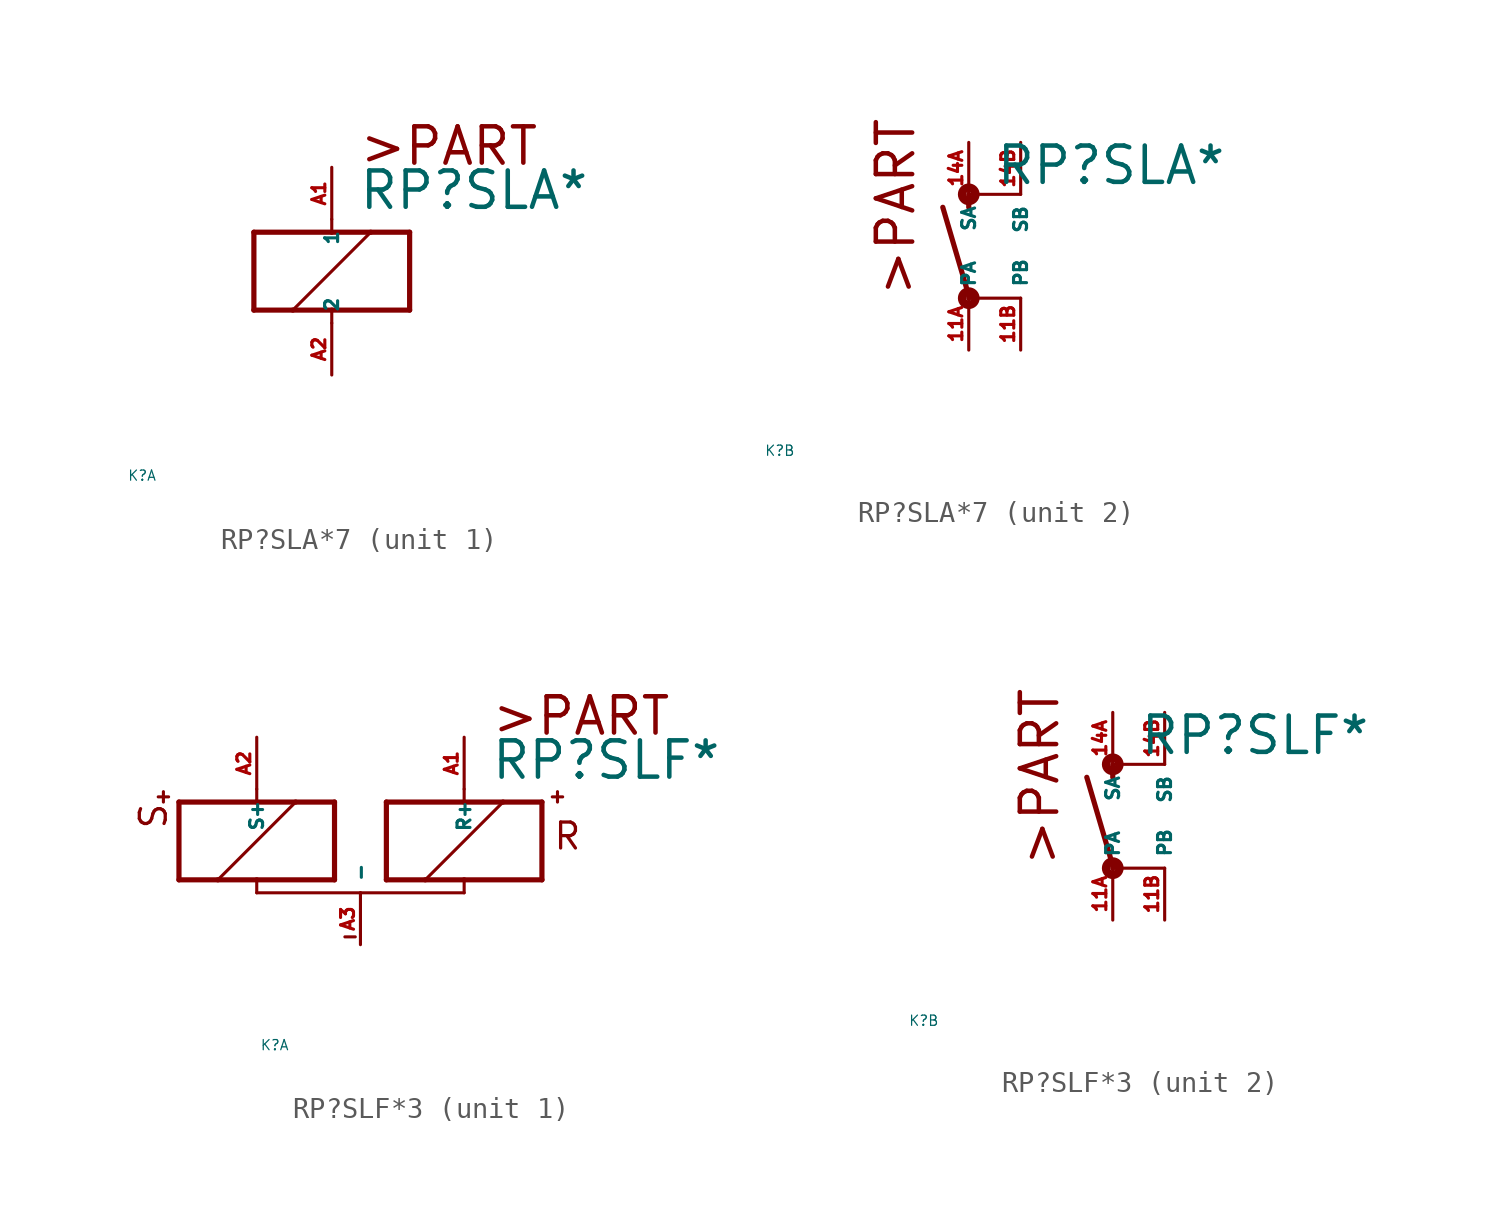
<source format=kicad_sym>
(kicad_symbol_lib
  (version 20220914)
  (generator Eagle2Kicad)
  (symbol "RP?SLA*7"
    (property "Reference" "K"
      (at -10 -10 0)
      (effects (font (size 0.5 0.5) (thickness 0.06)) (justify left)))
    (property "Value" "RP?SLA*"
      (at 1.27 2.921 0)
      (effects (font (size 1.778 1.778) (thickness 0.22)) (justify left bottom)))
    (symbol "RP?SLA*7_1_0"
      (polyline (pts (xy -3.81 -1.905) (xy -1.905 -1.905)) (stroke (width 0.254) (type default)) (fill (type none)))
      (polyline (pts (xy 3.81 -1.905) (xy 3.81 1.905)) (stroke (width 0.254) (type default)) (fill (type none)))
      (polyline (pts (xy 3.81 1.905) (xy 1.905 1.905)) (stroke (width 0.254) (type default)) (fill (type none)))
      (polyline (pts (xy -3.81 1.905) (xy -3.81 -1.905)) (stroke (width 0.254) (type default)) (fill (type none)))
      (polyline (pts (xy 0 -2.54) (xy 0 -1.905)) (stroke (width 0.152) (type default)) (fill (type none)))
      (polyline (pts (xy 0 -1.905) (xy 3.81 -1.905)) (stroke (width 0.254) (type default)) (fill (type none)))
      (polyline (pts (xy 0 2.54) (xy 0 1.905)) (stroke (width 0.152) (type default)) (fill (type none)))
      (polyline (pts (xy 0 1.905) (xy -3.81 1.905)) (stroke (width 0.254) (type default)) (fill (type none)))
      (polyline (pts (xy -1.905 -1.905) (xy 1.905 1.905)) (stroke (width 0.152) (type default)) (fill (type none)))
      (polyline (pts (xy -1.905 -1.905) (xy 0 -1.905)) (stroke (width 0.254) (type default)) (fill (type none)))
      (polyline (pts (xy 1.905 1.905) (xy 0 1.905)) (stroke (width 0.254) (type default)) (fill (type none)))
      (text ">PART" (at 1.27 5.08 0) (effects (font (size 1.778 1.778) (thickness 0.22)) (justify left bottom)))
      (pin passive line (at 0 -5.08 90) (length 2.54) (name "2" (effects (font (size 0.635 0.635) (thickness 0.08)) (justify left bottom))) (number "A2" (effects (font (size 0.635 0.635) (thickness 0.08)) (justify left bottom))))
      (pin passive line (at 0 5.08 270) (length 2.54) (name "1" (effects (font (size 0.635 0.635) (thickness 0.08)) (justify left bottom))) (number "A1" (effects (font (size 0.635 0.635) (thickness 0.08)) (justify left bottom)))))
    (symbol "RP?SLA*7_2_0"
      (polyline (pts (xy 0 2.54) (xy 0 1.905)) (stroke (width 0.254) (type default)) (fill (type none)))
      (polyline (pts (xy 0 -2.54) (xy 0 -2.413)) (stroke (width 0.254) (type default)) (fill (type none)))
      (polyline (pts (xy 0 -2.413) (xy -1.27 1.905)) (stroke (width 0.254) (type default)) (fill (type none)))
      (polyline (pts (xy 0 2.54) (xy 2.54 2.54)) (stroke (width 0.152) (type default)) (fill (type none)))
      (polyline (pts (xy 0 -2.54) (xy 2.54 -2.54)) (stroke (width 0.152) (type default)) (fill (type none)))
      (text ">PART" (at -2.54 -2.54 900) (effects (font (size 1.778 1.778) (thickness 0.22)) (justify left bottom)))
      (circle (center 0 -2.54) (radius 0.127) (stroke (width 0.406) (type default)) (fill (type none)))
      (circle (center 0 2.54) (radius 0.127) (stroke (width 0.406) (type default)) (fill (type none)))
      (pin passive line (at 0 -5.08 90) (length 2.54) (name "PA" (effects (font (size 0.635 0.635) (thickness 0.08)) (justify left bottom))) (number "11A" (effects (font (size 0.635 0.635) (thickness 0.08)) (justify left bottom))))
      (pin passive line (at 0 5.08 270) (length 2.54) (name "SA" (effects (font (size 0.635 0.635) (thickness 0.08)) (justify left bottom))) (number "14A" (effects (font (size 0.635 0.635) (thickness 0.08)) (justify left bottom))))
      (pin passive line (at 2.54 5.08 270) (length 2.54) (name "SB" (effects (font (size 0.635 0.635) (thickness 0.08)) (justify left bottom))) (number "14B" (effects (font (size 0.635 0.635) (thickness 0.08)) (justify left bottom))))
      (pin passive line (at 2.54 -5.08 90) (length 2.54) (name "PB" (effects (font (size 0.635 0.635) (thickness 0.08)) (justify left bottom))) (number "11B" (effects (font (size 0.635 0.635) (thickness 0.08)) (justify left bottom))))))
  (symbol "RP?SLF*3"
    (property "Reference" "K"
      (at -10 -10 0)
      (effects (font (size 0.5 0.5) (thickness 0.06)) (justify left)))
    (property "Value" "RP?SLF*"
      (at 1.27 2.921 0)
      (effects (font (size 1.778 1.778) (thickness 0.22)) (justify left bottom)))
    (symbol "RP?SLF*3_1_0"
      (polyline (pts (xy -3.81 -1.905) (xy -1.905 -1.905)) (stroke (width 0.254) (type default)) (fill (type none)))
      (polyline (pts (xy 3.81 -1.905) (xy 3.81 1.905)) (stroke (width 0.254) (type default)) (fill (type none)))
      (polyline (pts (xy 3.81 1.905) (xy 1.905 1.905)) (stroke (width 0.254) (type default)) (fill (type none)))
      (polyline (pts (xy -3.81 1.905) (xy -3.81 -1.905)) (stroke (width 0.254) (type default)) (fill (type none)))
      (polyline (pts (xy -5.08 -2.54) (xy 0 -2.54)) (stroke (width 0.152) (type default)) (fill (type none)))
      (polyline (pts (xy 0 -2.54) (xy 0 -1.905)) (stroke (width 0.152) (type default)) (fill (type none)))
      (polyline (pts (xy 0 -1.905) (xy 3.81 -1.905)) (stroke (width 0.254) (type default)) (fill (type none)))
      (polyline (pts (xy 0 2.54) (xy 0 1.905)) (stroke (width 0.152) (type default)) (fill (type none)))
      (polyline (pts (xy 0 1.905) (xy -3.81 1.905)) (stroke (width 0.254) (type default)) (fill (type none)))
      (polyline (pts (xy -1.905 -1.905) (xy 1.905 1.905)) (stroke (width 0.152) (type default)) (fill (type none)))
      (polyline (pts (xy -1.905 -1.905) (xy 0 -1.905)) (stroke (width 0.254) (type default)) (fill (type none)))
      (polyline (pts (xy 1.905 1.905) (xy 0 1.905)) (stroke (width 0.254) (type default)) (fill (type none)))
      (polyline (pts (xy -14.478 2.159) (xy -14.986 2.159)) (stroke (width 0.152) (type default)) (fill (type none)))
      (polyline (pts (xy -14.732 2.413) (xy -14.732 1.905)) (stroke (width 0.152) (type default)) (fill (type none)))
      (polyline (pts (xy -5.842 -4.699) (xy -5.334 -4.699)) (stroke (width 0.152) (type default)) (fill (type none)))
      (polyline (pts (xy -6.35 1.905) (xy -8.255 1.905)) (stroke (width 0.254) (type default)) (fill (type none)))
      (polyline (pts (xy -13.97 1.905) (xy -13.97 -1.905)) (stroke (width 0.254) (type default)) (fill (type none)))
      (polyline (pts (xy -13.97 -1.905) (xy -12.065 -1.905)) (stroke (width 0.254) (type default)) (fill (type none)))
      (polyline (pts (xy -6.35 -1.905) (xy -6.35 1.905)) (stroke (width 0.254) (type default)) (fill (type none)))
      (polyline (pts (xy -10.16 2.54) (xy -10.16 1.905)) (stroke (width 0.152) (type default)) (fill (type none)))
      (polyline (pts (xy -10.16 1.905) (xy -13.97 1.905)) (stroke (width 0.254) (type default)) (fill (type none)))
      (polyline (pts (xy -5.08 -2.54) (xy -10.16 -2.54)) (stroke (width 0.152) (type default)) (fill (type none)))
      (polyline (pts (xy -10.16 -2.54) (xy -10.16 -1.905)) (stroke (width 0.152) (type default)) (fill (type none)))
      (polyline (pts (xy -10.16 -1.905) (xy -6.35 -1.905)) (stroke (width 0.254) (type default)) (fill (type none)))
      (polyline (pts (xy -8.255 1.905) (xy -12.065 -1.905)) (stroke (width 0.152) (type default)) (fill (type none)))
      (polyline (pts (xy -8.255 1.905) (xy -10.16 1.905)) (stroke (width 0.254) (type default)) (fill (type none)))
      (polyline (pts (xy -12.065 -1.905) (xy -10.16 -1.905)) (stroke (width 0.254) (type default)) (fill (type none)))
      (polyline (pts (xy 4.318 2.159) (xy 4.826 2.159)) (stroke (width 0.152) (type default)) (fill (type none)))
      (polyline (pts (xy 4.572 2.413) (xy 4.572 1.905)) (stroke (width 0.152) (type default)) (fill (type none)))
      (text ">PART" (at 1.27 5.08 0) (effects (font (size 1.778 1.778) (thickness 0.22)) (justify left bottom)))
      (text "R" (at 4.318 -0.508 0) (effects (font (size 1.27 1.27) (thickness 0.16)) (justify left bottom)))
      (text "S" (at -14.478 0.508 1800) (effects (font (size 1.27 1.27) (thickness 0.16)) (justify left bottom)))
      (pin passive line (at -5.08 -5.08 90) (length 2.54) (name "-" (effects (font (size 0.635 0.635) (thickness 0.08)) (justify left bottom))) (number "A3" (effects (font (size 0.635 0.635) (thickness 0.08)) (justify left bottom))))
      (pin passive line (at 0 5.08 270) (length 2.54) (name "R+" (effects (font (size 0.635 0.635) (thickness 0.08)) (justify left bottom))) (number "A1" (effects (font (size 0.635 0.635) (thickness 0.08)) (justify left bottom))))
      (pin passive line (at -10.16 5.08 270) (length 2.54) (name "S+" (effects (font (size 0.635 0.635) (thickness 0.08)) (justify left bottom))) (number "A2" (effects (font (size 0.635 0.635) (thickness 0.08)) (justify left bottom)))))
    (symbol "RP?SLF*3_2_0"
      (polyline (pts (xy 0 2.54) (xy 0 1.905)) (stroke (width 0.254) (type default)) (fill (type none)))
      (polyline (pts (xy 0 -2.54) (xy 0 -2.413)) (stroke (width 0.254) (type default)) (fill (type none)))
      (polyline (pts (xy 0 -2.413) (xy -1.27 1.905)) (stroke (width 0.254) (type default)) (fill (type none)))
      (polyline (pts (xy 0 2.54) (xy 2.54 2.54)) (stroke (width 0.152) (type default)) (fill (type none)))
      (polyline (pts (xy 0 -2.54) (xy 2.54 -2.54)) (stroke (width 0.152) (type default)) (fill (type none)))
      (text ">PART" (at -2.54 -2.54 900) (effects (font (size 1.778 1.778) (thickness 0.22)) (justify left bottom)))
      (circle (center 0 -2.54) (radius 0.127) (stroke (width 0.406) (type default)) (fill (type none)))
      (circle (center 0 2.54) (radius 0.127) (stroke (width 0.406) (type default)) (fill (type none)))
      (pin passive line (at 0 -5.08 90) (length 2.54) (name "PA" (effects (font (size 0.635 0.635) (thickness 0.08)) (justify left bottom))) (number "11A" (effects (font (size 0.635 0.635) (thickness 0.08)) (justify left bottom))))
      (pin passive line (at 0 5.08 270) (length 2.54) (name "SA" (effects (font (size 0.635 0.635) (thickness 0.08)) (justify left bottom))) (number "14A" (effects (font (size 0.635 0.635) (thickness 0.08)) (justify left bottom))))
      (pin passive line (at 2.54 5.08 270) (length 2.54) (name "SB" (effects (font (size 0.635 0.635) (thickness 0.08)) (justify left bottom))) (number "14B" (effects (font (size 0.635 0.635) (thickness 0.08)) (justify left bottom))))
      (pin passive line (at 2.54 -5.08 90) (length 2.54) (name "PB" (effects (font (size 0.635 0.635) (thickness 0.08)) (justify left bottom))) (number "11B" (effects (font (size 0.635 0.635) (thickness 0.08)) (justify left bottom)))))))
</source>
